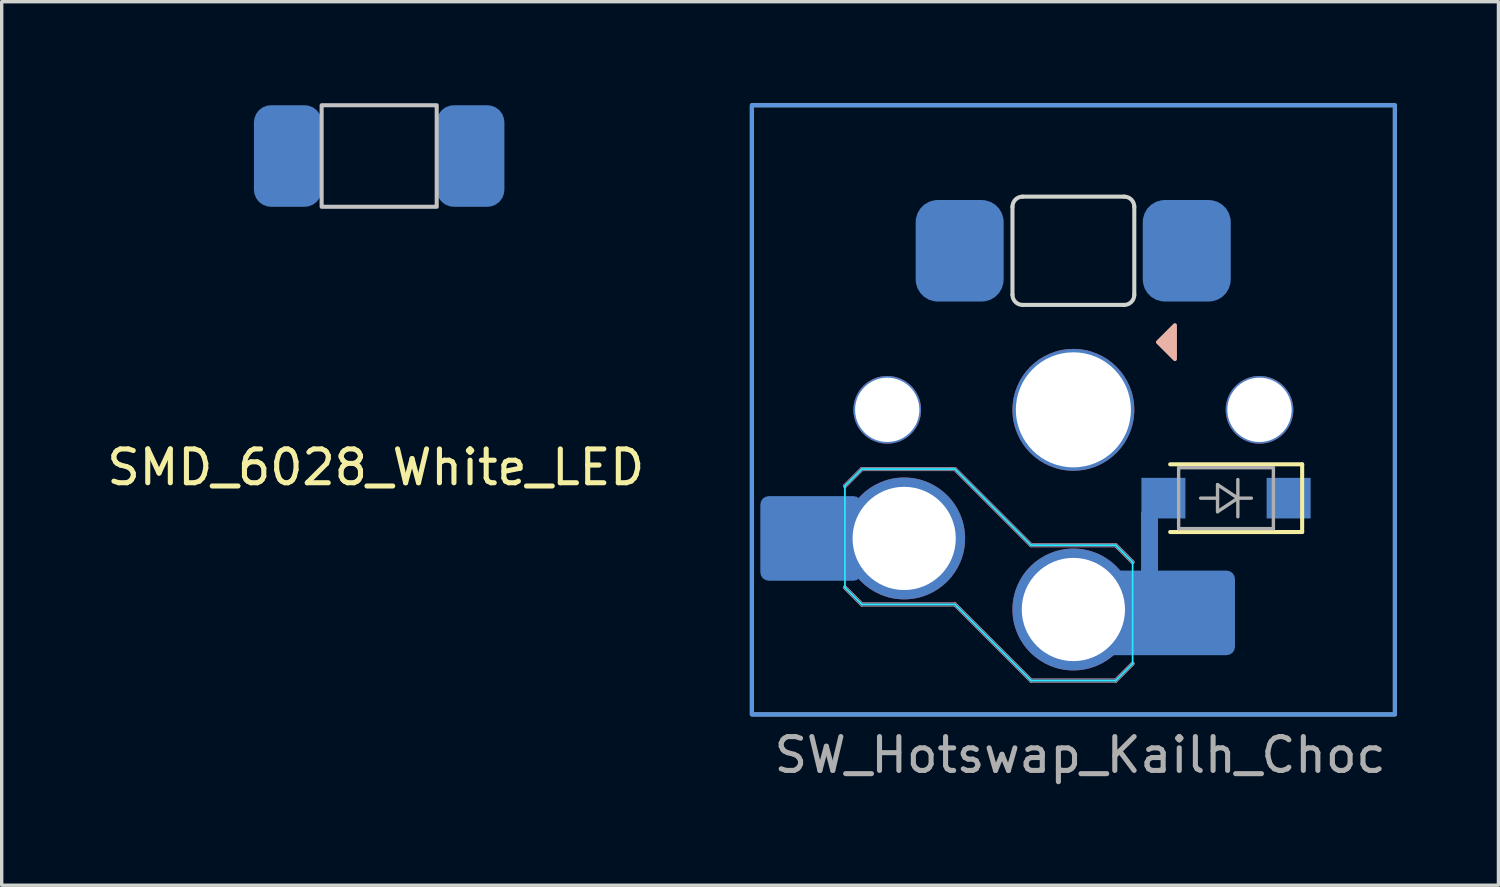
<source format=kicad_pcb>
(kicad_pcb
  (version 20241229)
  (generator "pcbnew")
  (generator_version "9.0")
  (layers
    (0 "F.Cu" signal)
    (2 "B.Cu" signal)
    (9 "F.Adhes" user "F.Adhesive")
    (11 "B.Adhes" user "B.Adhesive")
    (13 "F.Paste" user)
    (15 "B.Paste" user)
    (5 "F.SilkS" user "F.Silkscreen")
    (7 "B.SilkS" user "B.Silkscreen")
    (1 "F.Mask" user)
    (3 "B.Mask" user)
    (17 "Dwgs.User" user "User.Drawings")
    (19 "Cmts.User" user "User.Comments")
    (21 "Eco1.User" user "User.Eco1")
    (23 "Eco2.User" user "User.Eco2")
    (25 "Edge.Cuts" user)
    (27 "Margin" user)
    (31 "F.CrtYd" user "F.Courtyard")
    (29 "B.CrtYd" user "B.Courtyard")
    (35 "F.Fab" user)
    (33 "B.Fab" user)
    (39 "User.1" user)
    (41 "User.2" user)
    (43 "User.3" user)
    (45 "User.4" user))
  (footprint "SW_Hotswap_Kailh_Choc"
    (layer "F.Cu")
    (at 28.667 9.06)
    (property "Reference" "SW_Hotswap_Kailh_Choc" (at 0.2 10.2 180) (layer "F.Fab") (effects (font (size 1 1) (thickness 0.15))))
    (attr smd)
    (fp_line (start 6.76 1.61) (end 2.86 1.61) (stroke (width 0.12) (type solid)) (layer "F.SilkS"))
    (fp_line (start 6.76 3.61) (end 2.86 3.61) (stroke (width 0.12) (type solid)) (layer "F.SilkS"))
    (fp_line (start 6.76 3.61) (end 6.76 1.61) (stroke (width 0.12) (type solid)) (layer "F.SilkS"))
    (fp_line (start -6.75 2.25) (end -6.25 1.75) (stroke (width 0.12) (type solid)) (layer "B.SilkS"))
    (fp_line (start -6.25 1.75) (end -3.5 1.75) (stroke (width 0.12) (type solid)) (layer "B.SilkS"))
    (fp_line (start -6.25 5.75) (end -6.75 5.25) (stroke (width 0.12) (type solid)) (layer "B.SilkS"))
    (fp_line (start -3.5 1.75) (end -1.25 4) (stroke (width 0.12) (type solid)) (layer "B.SilkS"))
    (fp_line (start -3.5 5.75) (end -6.25 5.75) (stroke (width 0.12) (type solid)) (layer "B.SilkS"))
    (fp_line (start -1.25 4) (end 1.25 4) (stroke (width 0.12) (type solid)) (layer "B.SilkS"))
    (fp_line (start -1.25 8) (end -3.5 5.75) (stroke (width 0.12) (type solid)) (layer "B.SilkS"))
    (fp_line (start 1.25 4) (end 1.75 4.5) (stroke (width 0.12) (type solid)) (layer "B.SilkS"))
    (fp_line (start 1.25 8) (end -1.25 8) (stroke (width 0.12) (type solid)) (layer "B.SilkS"))
    (fp_line (start 1.75 7.5) (end 1.25 8) (stroke (width 0.12) (type solid)) (layer "B.SilkS"))
    (fp_poly (pts (xy 3 -1.5) (xy 2.5 -2) (xy 3 -2.5)) (stroke (width 0.12) (type solid)) (fill yes) (layer "B.SilkS"))
    (fp_rect (start -9.5 9) (end 9.5 -9) (stroke (width 0.12) (type solid)) (fill no) (layer "Dwgs.User"))
    (fp_rect (start 9.5 -9) (end -9.5 9) (stroke (width 0.12) (type solid)) (fill no) (layer "Cmts.User"))
    (fp_line (start -7.25 -7.25) (end -7.25 7.25) (stroke (width 0.1) (type solid)) (layer "Eco1.User"))
    (fp_line (start -7.25 7.25) (end 7.25 7.25) (stroke (width 0.1) (type solid)) (layer "Eco1.User"))
    (fp_line (start 7.25 -7.25) (end -7.25 -7.25) (stroke (width 0.1) (type solid)) (layer "Eco1.User"))
    (fp_line (start 7.25 7.25) (end 7.25 -7.25) (stroke (width 0.1) (type solid)) (layer "Eco1.User"))
    (fp_line (start -1.8 -6) (end -1.8 -3.4) (stroke (width 0.12) (type solid)) (layer "Edge.Cuts"))
    (fp_line (start -1.5 -3.1) (end 1.5 -3.1) (stroke (width 0.12) (type solid)) (layer "Edge.Cuts"))
    (fp_line (start 1.5 -6.3) (end -1.5 -6.3) (stroke (width 0.12) (type solid)) (layer "Edge.Cuts"))
    (fp_line (start 1.8 -3.4) (end 1.8 -6) (stroke (width 0.12) (type solid)) (layer "Edge.Cuts"))
    (fp_arc (start -1.8 -6) (mid -1.712132 -6.212132) (end -1.5 -6.3) (stroke (width 0.12) (type solid)) (layer "Edge.Cuts"))
    (fp_arc (start -1.5 -3.1) (mid -1.712132 -3.187868) (end -1.8 -3.4) (stroke (width 0.12) (type solid)) (layer "Edge.Cuts"))
    (fp_arc (start 1.5 -6.3) (mid 1.712132 -6.212132) (end 1.8 -6) (stroke (width 0.12) (type solid)) (layer "Edge.Cuts"))
    (fp_arc (start 1.8 -3.4) (mid 1.712132 -3.187868) (end 1.5 -3.1) (stroke (width 0.12) (type solid)) (layer "Edge.Cuts"))
    (fp_line (start -6.75 2.25) (end -6.25 1.75) (stroke (width 0.05) (type solid)) (layer "B.CrtYd"))
    (fp_line (start -6.75 5.25) (end -6.75 2.25) (stroke (width 0.05) (type solid)) (layer "B.CrtYd"))
    (fp_line (start -6.25 1.75) (end -3.5 1.75) (stroke (width 0.05) (type solid)) (layer "B.CrtYd"))
    (fp_line (start -6.25 5.75) (end -6.75 5.25) (stroke (width 0.05) (type solid)) (layer "B.CrtYd"))
    (fp_line (start -3.5 1.75) (end -1.25 4) (stroke (width 0.05) (type solid)) (layer "B.CrtYd"))
    (fp_line (start -3.5 5.75) (end -6.25 5.75) (stroke (width 0.05) (type solid)) (layer "B.CrtYd"))
    (fp_line (start -1.25 4) (end 1.25 4) (stroke (width 0.05) (type solid)) (layer "B.CrtYd"))
    (fp_line (start -1.25 8) (end -3.5 5.75) (stroke (width 0.05) (type solid)) (layer "B.CrtYd"))
    (fp_line (start 1.25 4) (end 1.75 4.5) (stroke (width 0.05) (type solid)) (layer "B.CrtYd"))
    (fp_line (start 1.25 8) (end -1.25 8) (stroke (width 0.05) (type solid)) (layer "B.CrtYd"))
    (fp_line (start 1.75 4.5) (end 1.75 7.5) (stroke (width 0.05) (type solid)) (layer "B.CrtYd"))
    (fp_line (start 1.75 7.5) (end 1.25 8) (stroke (width 0.05) (type solid)) (layer "B.CrtYd"))
    (fp_line (start -6.75 2.25) (end -6.25 1.75) (stroke (width 0.1) (type solid)) (layer "B.Fab"))
    (fp_line (start -6.25 1.75) (end -3.5 1.75) (stroke (width 0.1) (type solid)) (layer "B.Fab"))
    (fp_line (start -6.25 5.75) (end -6.75 5.25) (stroke (width 0.1) (type solid)) (layer "B.Fab"))
    (fp_line (start -3.5 1.75) (end -1.25 4) (stroke (width 0.1) (type solid)) (layer "B.Fab"))
    (fp_line (start -3.5 5.75) (end -6.25 5.75) (stroke (width 0.1) (type solid)) (layer "B.Fab"))
    (fp_line (start -1.25 4) (end 1.25 4) (stroke (width 0.1) (type solid)) (layer "B.Fab"))
    (fp_line (start -1.25 8) (end -3.5 5.75) (stroke (width 0.1) (type solid)) (layer "B.Fab"))
    (fp_line (start 1.25 4) (end 1.75 4.5) (stroke (width 0.1) (type solid)) (layer "B.Fab"))
    (fp_line (start 1.25 8) (end -1.25 8) (stroke (width 0.1) (type solid)) (layer "B.Fab"))
    (fp_line (start 1.75 7.5) (end 1.25 8) (stroke (width 0.1) (type solid)) (layer "B.Fab"))
    (fp_line (start 3.11 1.71) (end 5.91 1.71) (stroke (width 0.1) (type solid)) (layer "F.Fab"))
    (fp_line (start 3.11 3.51) (end 3.11 1.71) (stroke (width 0.1) (type solid)) (layer "F.Fab"))
    (fp_line (start 4.26 2.21) (end 4.86 2.61) (stroke (width 0.1) (type solid)) (layer "F.Fab"))
    (fp_line (start 4.26 2.61) (end 3.76 2.61) (stroke (width 0.1) (type solid)) (layer "F.Fab"))
    (fp_line (start 4.26 3.01) (end 4.26 2.21) (stroke (width 0.1) (type solid)) (layer "F.Fab"))
    (fp_line (start 4.86 2.61) (end 4.26 3.01) (stroke (width 0.1) (type solid)) (layer "F.Fab"))
    (fp_line (start 4.86 2.61) (end 4.86 2.06) (stroke (width 0.1) (type solid)) (layer "F.Fab"))
    (fp_line (start 4.86 2.61) (end 4.86 3.16) (stroke (width 0.1) (type solid)) (layer "F.Fab"))
    (fp_line (start 5.26 2.61) (end 4.86 2.61) (stroke (width 0.1) (type solid)) (layer "F.Fab"))
    (fp_line (start 5.91 1.71) (end 5.91 3.51) (stroke (width 0.1) (type solid)) (layer "F.Fab"))
    (fp_line (start 5.91 3.51) (end 3.11 3.51) (stroke (width 0.1) (type solid)) (layer "F.Fab"))
    (pad "" smd roundrect (at -8.5 3.8 180) (size 1.9 2.5) (layers "B.Mask" "B.Paste") (roundrect_rratio 0.1))
    (pad "" np_thru_hole circle (at -5.5 0 180) (size 2 2) (drill 1.9) (layers "*.Cu" "*.Mask"))
    (pad "" np_thru_hole circle (at 0 0 180) (size 3.6 3.6) (drill 3.4) (layers "*.Cu" "*.Mask"))
    (pad "" thru_hole circle (at 0 5.9 180) (size 3.6 3.6) (drill 3.05) (layers "*.Cu" "B.Mask"))
    (pad "" smd roundrect (at 2.25 4.25 180) (size 0.5 2.5) (layers "B.Cu" "B.Mask") (roundrect_rratio 0.1))
    (pad "" smd rect (at 2.66 2.61 180) (size 1.3 1.2) (layers "B.Cu" "B.Mask" "B.Paste"))
    (pad "" smd roundrect (at 2.85 6 180) (size 3.85 2.5) (layers "B.Cu" "B.Mask" "B.Paste") (roundrect_rratio 0.1))
    (pad "" smd roundrect (at 3.5 6 180) (size 2.55 2.5) (layers "B.Mask" "B.Paste") (roundrect_rratio 0.1))
    (pad "" np_thru_hole circle (at 5.5 0 180) (size 2 2) (drill 1.9) (layers "*.Cu" "*.Mask"))
    (pad "1" smd roundrect (at -7.75 3.8 180) (size 3 2.5) (layers "B.Cu" "B.Mask" "B.Paste") (roundrect_rratio 0.1))
    (pad "1" thru_hole circle (at -5 3.8 180) (size 3.6 3.6) (drill 3.05) (layers "*.Cu"))
    (pad "2" smd rect (at 6.36 2.61 180) (size 1.3 1.2) (layers "B.Cu" "B.Mask" "B.Paste"))
    (pad "3" smd roundrect (at 3.35 -4.7) (size 2.6 3) (layers "B.Cu" "B.Mask" "B.Paste") (roundrect_rratio 0.25))
    (pad "4" smd roundrect (at -3.36 -4.7) (size 2.6 3) (layers "B.Cu" "B.Mask" "B.Paste") (roundrect_rratio 0.25)))
  (footprint "SMD_6028_White_LED"
    (layer "F.Cu")
    (at 8.154 1.66)
    (property "Reference" "SMD_6028_White_LED" (at -0.1 9.1 0) (unlocked yes) (layer "F.SilkS") (effects (font (size 1 1) (thickness 0.15))))
    (attr smd)
    (fp_rect (start 1.7 1.4) (end -1.7 -1.6) (stroke (width 0.12) (type solid)) (fill no) (layer "Dwgs.User"))
    (pad "1" smd roundrect (at 2.7 -0.1) (size 2 3) (layers "B.Cu") (roundrect_rratio 0.25))
    (pad "2" smd roundrect (at -2.7 -0.1) (size 2 3) (layers "B.Cu") (roundrect_rratio 0.25)))
  (gr_rect
    (start -3 -3)
    (end 41.227 23.108)
    (stroke (width 0.1) (type default))
    (fill no)
    (layer "Edge.Cuts")))
</source>
